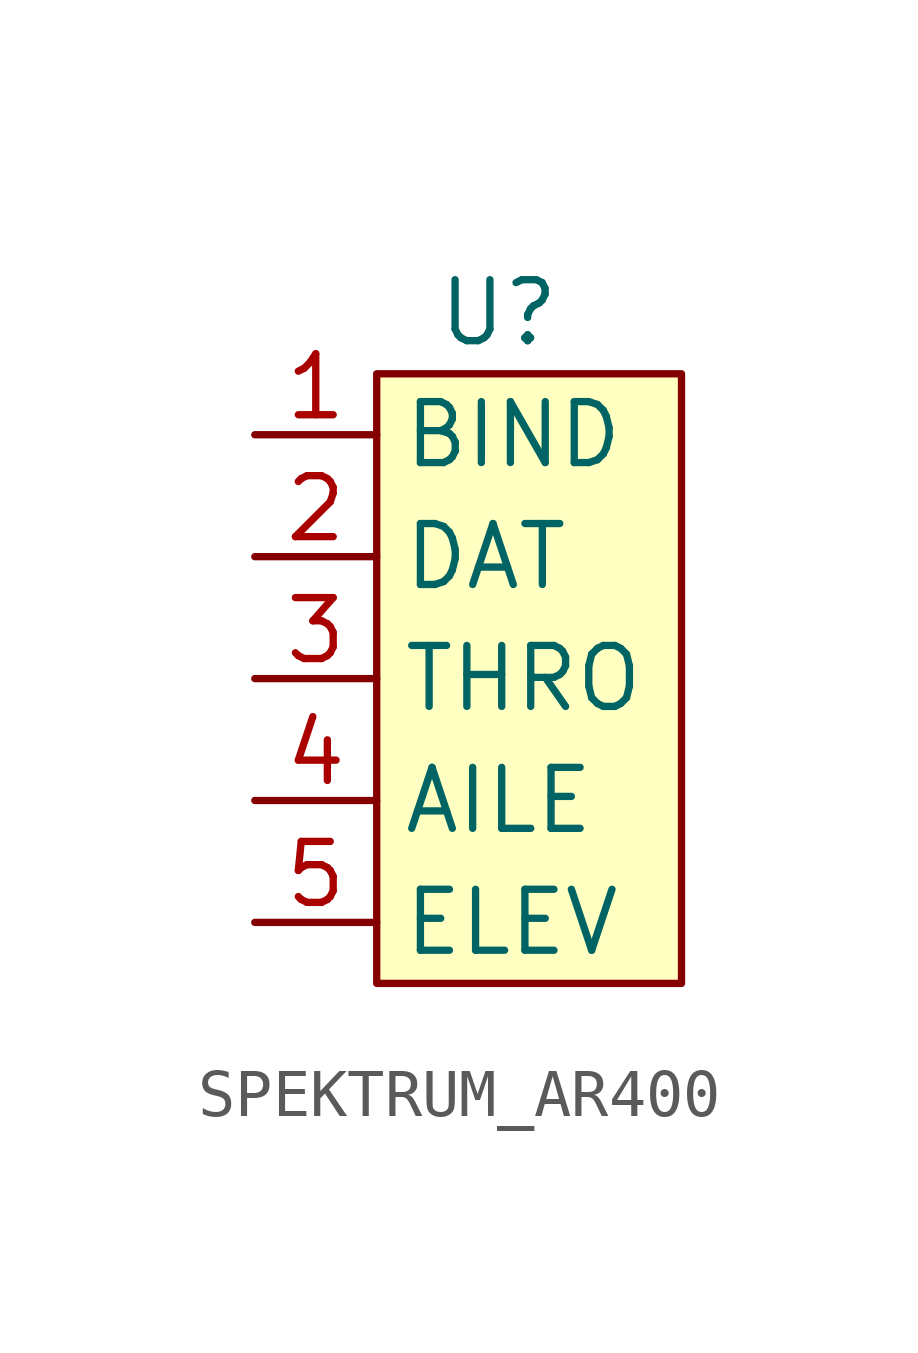
<source format=kicad_sym>
(kicad_symbol_lib
  (version 20231120)
  (generator "kicad_symbol_editor")
  (generator_version "8.0")
  (symbol "SPEKTRUM_AR400"
    (property "Reference" "U"
      (at 0 0 0)
      (effects (font (size 1.27 1.27))))
    (property "Value" ""
      (at 0 0 0)
      (effects (font (size 1.27 1.27))))
    (symbol "SPEKTRUM_AR400_0_1"
      (rectangle (start -2.54 -1.27) (end 3.81 -13.97) (stroke (width 0) (type default)) (fill (type color) (color 255 255 194 1))))
    (symbol "SPEKTRUM_AR400_1_1"
      (pin power_in line (at -5.08 -2.54 0) (length 2.54) (name "BIND" (effects (font (size 1.27 1.27)))) (number "1" (effects (font (size 1.27 1.27)))))
      (pin power_in line (at -5.08 -5.08 0) (length 2.54) (name "DAT" (effects (font (size 1.27 1.27)))) (number "2" (effects (font (size 1.27 1.27)))))
      (pin passive line (at -5.08 -7.62 0) (length 2.54) (name "THRO" (effects (font (size 1.27 1.27)))) (number "3" (effects (font (size 1.27 1.27)))))
      (pin passive line (at -5.08 -10.16 0) (length 2.54) (name "AILE" (effects (font (size 1.27 1.27)))) (number "4" (effects (font (size 1.27 1.27)))))
      (pin passive line (at -5.08 -12.7 0) (length 2.54) (name "ELEV" (effects (font (size 1.27 1.27)))) (number "5" (effects (font (size 1.27 1.27))))))))
</source>
